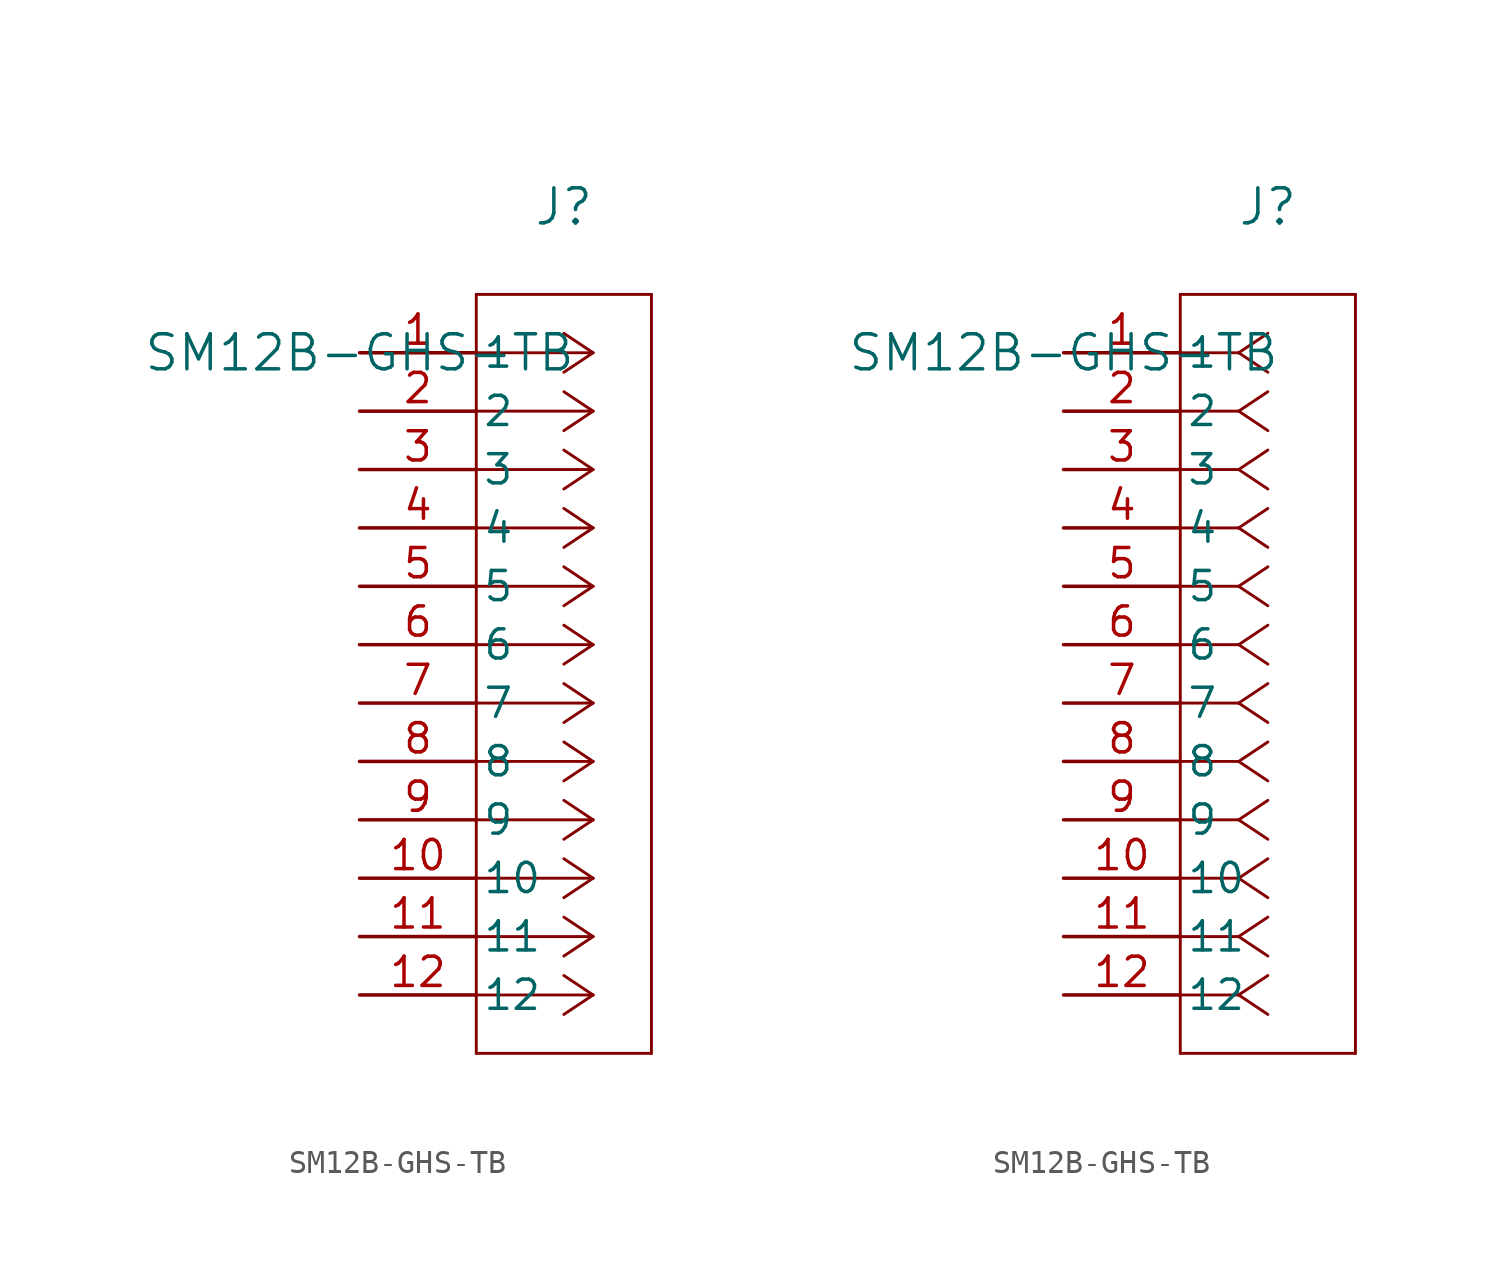
<source format=kicad_sym>
(kicad_symbol_lib
  (version 20211014)
  (generator kicad_symbol_editor)
  (symbol "SM12B-GHS-TB"
    (pin_names
      (offset 0.254))
    (property "Reference" "J"
      (at 8.89 6.35 0)
      (effects (font (size 1.524 1.524))))
    (property "Value" "SM12B-GHS-TB"
      (at 0 0 0)
      (effects (font (size 1.524 1.524))))
    (symbol "SM12B-GHS-TB_1_1"
      (polyline (pts (xy 10.16 0) (xy 5.08 0)) (stroke (width 0.127) (type default) (color 0 0 0 0)) (fill (type none)))
      (polyline (pts (xy 10.16 -2.54) (xy 5.08 -2.54)) (stroke (width 0.127) (type default) (color 0 0 0 0)) (fill (type none)))
      (polyline (pts (xy 10.16 -5.08) (xy 5.08 -5.08)) (stroke (width 0.127) (type default) (color 0 0 0 0)) (fill (type none)))
      (polyline (pts (xy 10.16 -7.62) (xy 5.08 -7.62)) (stroke (width 0.127) (type default) (color 0 0 0 0)) (fill (type none)))
      (polyline (pts (xy 10.16 -10.16) (xy 5.08 -10.16)) (stroke (width 0.127) (type default) (color 0 0 0 0)) (fill (type none)))
      (polyline (pts (xy 10.16 -12.7) (xy 5.08 -12.7)) (stroke (width 0.127) (type default) (color 0 0 0 0)) (fill (type none)))
      (polyline (pts (xy 10.16 -15.24) (xy 5.08 -15.24)) (stroke (width 0.127) (type default) (color 0 0 0 0)) (fill (type none)))
      (polyline (pts (xy 10.16 -17.78) (xy 5.08 -17.78)) (stroke (width 0.127) (type default) (color 0 0 0 0)) (fill (type none)))
      (polyline (pts (xy 10.16 -20.32) (xy 5.08 -20.32)) (stroke (width 0.127) (type default) (color 0 0 0 0)) (fill (type none)))
      (polyline (pts (xy 10.16 -22.86) (xy 5.08 -22.86)) (stroke (width 0.127) (type default) (color 0 0 0 0)) (fill (type none)))
      (polyline (pts (xy 10.16 -25.4) (xy 5.08 -25.4)) (stroke (width 0.127) (type default) (color 0 0 0 0)) (fill (type none)))
      (polyline (pts (xy 10.16 -27.94) (xy 5.08 -27.94)) (stroke (width 0.127) (type default) (color 0 0 0 0)) (fill (type none)))
      (polyline (pts (xy 10.16 0) (xy 8.89 0.847)) (stroke (width 0.127) (type default) (color 0 0 0 0)) (fill (type none)))
      (polyline (pts (xy 10.16 -2.54) (xy 8.89 -1.693)) (stroke (width 0.127) (type default) (color 0 0 0 0)) (fill (type none)))
      (polyline (pts (xy 10.16 -5.08) (xy 8.89 -4.233)) (stroke (width 0.127) (type default) (color 0 0 0 0)) (fill (type none)))
      (polyline (pts (xy 10.16 -7.62) (xy 8.89 -6.773)) (stroke (width 0.127) (type default) (color 0 0 0 0)) (fill (type none)))
      (polyline (pts (xy 10.16 -10.16) (xy 8.89 -9.313)) (stroke (width 0.127) (type default) (color 0 0 0 0)) (fill (type none)))
      (polyline (pts (xy 10.16 -12.7) (xy 8.89 -11.853)) (stroke (width 0.127) (type default) (color 0 0 0 0)) (fill (type none)))
      (polyline (pts (xy 10.16 -15.24) (xy 8.89 -14.393)) (stroke (width 0.127) (type default) (color 0 0 0 0)) (fill (type none)))
      (polyline (pts (xy 10.16 -17.78) (xy 8.89 -16.933)) (stroke (width 0.127) (type default) (color 0 0 0 0)) (fill (type none)))
      (polyline (pts (xy 10.16 -20.32) (xy 8.89 -19.473)) (stroke (width 0.127) (type default) (color 0 0 0 0)) (fill (type none)))
      (polyline (pts (xy 10.16 -22.86) (xy 8.89 -22.013)) (stroke (width 0.127) (type default) (color 0 0 0 0)) (fill (type none)))
      (polyline (pts (xy 10.16 -25.4) (xy 8.89 -24.553)) (stroke (width 0.127) (type default) (color 0 0 0 0)) (fill (type none)))
      (polyline (pts (xy 10.16 -27.94) (xy 8.89 -27.093)) (stroke (width 0.127) (type default) (color 0 0 0 0)) (fill (type none)))
      (polyline (pts (xy 10.16 0) (xy 8.89 -0.847)) (stroke (width 0.127) (type default) (color 0 0 0 0)) (fill (type none)))
      (polyline (pts (xy 10.16 -2.54) (xy 8.89 -3.387)) (stroke (width 0.127) (type default) (color 0 0 0 0)) (fill (type none)))
      (polyline (pts (xy 10.16 -5.08) (xy 8.89 -5.927)) (stroke (width 0.127) (type default) (color 0 0 0 0)) (fill (type none)))
      (polyline (pts (xy 10.16 -7.62) (xy 8.89 -8.467)) (stroke (width 0.127) (type default) (color 0 0 0 0)) (fill (type none)))
      (polyline (pts (xy 10.16 -10.16) (xy 8.89 -11.007)) (stroke (width 0.127) (type default) (color 0 0 0 0)) (fill (type none)))
      (polyline (pts (xy 10.16 -12.7) (xy 8.89 -13.547)) (stroke (width 0.127) (type default) (color 0 0 0 0)) (fill (type none)))
      (polyline (pts (xy 10.16 -15.24) (xy 8.89 -16.087)) (stroke (width 0.127) (type default) (color 0 0 0 0)) (fill (type none)))
      (polyline (pts (xy 10.16 -17.78) (xy 8.89 -18.627)) (stroke (width 0.127) (type default) (color 0 0 0 0)) (fill (type none)))
      (polyline (pts (xy 10.16 -20.32) (xy 8.89 -21.167)) (stroke (width 0.127) (type default) (color 0 0 0 0)) (fill (type none)))
      (polyline (pts (xy 10.16 -22.86) (xy 8.89 -23.707)) (stroke (width 0.127) (type default) (color 0 0 0 0)) (fill (type none)))
      (polyline (pts (xy 10.16 -25.4) (xy 8.89 -26.247)) (stroke (width 0.127) (type default) (color 0 0 0 0)) (fill (type none)))
      (polyline (pts (xy 10.16 -27.94) (xy 8.89 -28.787)) (stroke (width 0.127) (type default) (color 0 0 0 0)) (fill (type none)))
      (polyline (pts (xy 5.08 2.54) (xy 5.08 -30.48)) (stroke (width 0.127) (type default) (color 0 0 0 0)) (fill (type none)))
      (polyline (pts (xy 5.08 -30.48) (xy 12.7 -30.48)) (stroke (width 0.127) (type default) (color 0 0 0 0)) (fill (type none)))
      (polyline (pts (xy 12.7 -30.48) (xy 12.7 2.54)) (stroke (width 0.127) (type default) (color 0 0 0 0)) (fill (type none)))
      (polyline (pts (xy 12.7 2.54) (xy 5.08 2.54)) (stroke (width 0.127) (type default) (color 0 0 0 0)) (fill (type none)))
      (pin unspecified line (at 0 0 0) (length 5.08) (name "1" (effects (font (size 1.27 1.27)))) (number "1" (effects (font (size 1.27 1.27)))))
      (pin unspecified line (at 0 -2.54 0) (length 5.08) (name "2" (effects (font (size 1.27 1.27)))) (number "2" (effects (font (size 1.27 1.27)))))
      (pin unspecified line (at 0 -5.08 0) (length 5.08) (name "3" (effects (font (size 1.27 1.27)))) (number "3" (effects (font (size 1.27 1.27)))))
      (pin unspecified line (at 0 -7.62 0) (length 5.08) (name "4" (effects (font (size 1.27 1.27)))) (number "4" (effects (font (size 1.27 1.27)))))
      (pin unspecified line (at 0 -10.16 0) (length 5.08) (name "5" (effects (font (size 1.27 1.27)))) (number "5" (effects (font (size 1.27 1.27)))))
      (pin unspecified line (at 0 -12.7 0) (length 5.08) (name "6" (effects (font (size 1.27 1.27)))) (number "6" (effects (font (size 1.27 1.27)))))
      (pin unspecified line (at 0 -15.24 0) (length 5.08) (name "7" (effects (font (size 1.27 1.27)))) (number "7" (effects (font (size 1.27 1.27)))))
      (pin unspecified line (at 0 -17.78 0) (length 5.08) (name "8" (effects (font (size 1.27 1.27)))) (number "8" (effects (font (size 1.27 1.27)))))
      (pin unspecified line (at 0 -20.32 0) (length 5.08) (name "9" (effects (font (size 1.27 1.27)))) (number "9" (effects (font (size 1.27 1.27)))))
      (pin unspecified line (at 0 -22.86 0) (length 5.08) (name "10" (effects (font (size 1.27 1.27)))) (number "10" (effects (font (size 1.27 1.27)))))
      (pin unspecified line (at 0 -25.4 0) (length 5.08) (name "11" (effects (font (size 1.27 1.27)))) (number "11" (effects (font (size 1.27 1.27)))))
      (pin unspecified line (at 0 -27.94 0) (length 5.08) (name "12" (effects (font (size 1.27 1.27)))) (number "12" (effects (font (size 1.27 1.27))))))
    (symbol "SM12B-GHS-TB_1_2"
      (polyline (pts (xy 7.62 0) (xy 5.08 0)) (stroke (width 0.127) (type default) (color 0 0 0 0)) (fill (type none)))
      (polyline (pts (xy 7.62 -2.54) (xy 5.08 -2.54)) (stroke (width 0.127) (type default) (color 0 0 0 0)) (fill (type none)))
      (polyline (pts (xy 7.62 -5.08) (xy 5.08 -5.08)) (stroke (width 0.127) (type default) (color 0 0 0 0)) (fill (type none)))
      (polyline (pts (xy 7.62 -7.62) (xy 5.08 -7.62)) (stroke (width 0.127) (type default) (color 0 0 0 0)) (fill (type none)))
      (polyline (pts (xy 7.62 -10.16) (xy 5.08 -10.16)) (stroke (width 0.127) (type default) (color 0 0 0 0)) (fill (type none)))
      (polyline (pts (xy 7.62 -12.7) (xy 5.08 -12.7)) (stroke (width 0.127) (type default) (color 0 0 0 0)) (fill (type none)))
      (polyline (pts (xy 7.62 -15.24) (xy 5.08 -15.24)) (stroke (width 0.127) (type default) (color 0 0 0 0)) (fill (type none)))
      (polyline (pts (xy 7.62 -17.78) (xy 5.08 -17.78)) (stroke (width 0.127) (type default) (color 0 0 0 0)) (fill (type none)))
      (polyline (pts (xy 7.62 -20.32) (xy 5.08 -20.32)) (stroke (width 0.127) (type default) (color 0 0 0 0)) (fill (type none)))
      (polyline (pts (xy 7.62 -22.86) (xy 5.08 -22.86)) (stroke (width 0.127) (type default) (color 0 0 0 0)) (fill (type none)))
      (polyline (pts (xy 7.62 -25.4) (xy 5.08 -25.4)) (stroke (width 0.127) (type default) (color 0 0 0 0)) (fill (type none)))
      (polyline (pts (xy 7.62 -27.94) (xy 5.08 -27.94)) (stroke (width 0.127) (type default) (color 0 0 0 0)) (fill (type none)))
      (polyline (pts (xy 7.62 0) (xy 8.89 0.847)) (stroke (width 0.127) (type default) (color 0 0 0 0)) (fill (type none)))
      (polyline (pts (xy 7.62 -2.54) (xy 8.89 -1.693)) (stroke (width 0.127) (type default) (color 0 0 0 0)) (fill (type none)))
      (polyline (pts (xy 7.62 -5.08) (xy 8.89 -4.233)) (stroke (width 0.127) (type default) (color 0 0 0 0)) (fill (type none)))
      (polyline (pts (xy 7.62 -7.62) (xy 8.89 -6.773)) (stroke (width 0.127) (type default) (color 0 0 0 0)) (fill (type none)))
      (polyline (pts (xy 7.62 -10.16) (xy 8.89 -9.313)) (stroke (width 0.127) (type default) (color 0 0 0 0)) (fill (type none)))
      (polyline (pts (xy 7.62 -12.7) (xy 8.89 -11.853)) (stroke (width 0.127) (type default) (color 0 0 0 0)) (fill (type none)))
      (polyline (pts (xy 7.62 -15.24) (xy 8.89 -14.393)) (stroke (width 0.127) (type default) (color 0 0 0 0)) (fill (type none)))
      (polyline (pts (xy 7.62 -17.78) (xy 8.89 -16.933)) (stroke (width 0.127) (type default) (color 0 0 0 0)) (fill (type none)))
      (polyline (pts (xy 7.62 -20.32) (xy 8.89 -19.473)) (stroke (width 0.127) (type default) (color 0 0 0 0)) (fill (type none)))
      (polyline (pts (xy 7.62 -22.86) (xy 8.89 -22.013)) (stroke (width 0.127) (type default) (color 0 0 0 0)) (fill (type none)))
      (polyline (pts (xy 7.62 -25.4) (xy 8.89 -24.553)) (stroke (width 0.127) (type default) (color 0 0 0 0)) (fill (type none)))
      (polyline (pts (xy 7.62 -27.94) (xy 8.89 -27.093)) (stroke (width 0.127) (type default) (color 0 0 0 0)) (fill (type none)))
      (polyline (pts (xy 7.62 0) (xy 8.89 -0.847)) (stroke (width 0.127) (type default) (color 0 0 0 0)) (fill (type none)))
      (polyline (pts (xy 7.62 -2.54) (xy 8.89 -3.387)) (stroke (width 0.127) (type default) (color 0 0 0 0)) (fill (type none)))
      (polyline (pts (xy 7.62 -5.08) (xy 8.89 -5.927)) (stroke (width 0.127) (type default) (color 0 0 0 0)) (fill (type none)))
      (polyline (pts (xy 7.62 -7.62) (xy 8.89 -8.467)) (stroke (width 0.127) (type default) (color 0 0 0 0)) (fill (type none)))
      (polyline (pts (xy 7.62 -10.16) (xy 8.89 -11.007)) (stroke (width 0.127) (type default) (color 0 0 0 0)) (fill (type none)))
      (polyline (pts (xy 7.62 -12.7) (xy 8.89 -13.547)) (stroke (width 0.127) (type default) (color 0 0 0 0)) (fill (type none)))
      (polyline (pts (xy 7.62 -15.24) (xy 8.89 -16.087)) (stroke (width 0.127) (type default) (color 0 0 0 0)) (fill (type none)))
      (polyline (pts (xy 7.62 -17.78) (xy 8.89 -18.627)) (stroke (width 0.127) (type default) (color 0 0 0 0)) (fill (type none)))
      (polyline (pts (xy 7.62 -20.32) (xy 8.89 -21.167)) (stroke (width 0.127) (type default) (color 0 0 0 0)) (fill (type none)))
      (polyline (pts (xy 7.62 -22.86) (xy 8.89 -23.707)) (stroke (width 0.127) (type default) (color 0 0 0 0)) (fill (type none)))
      (polyline (pts (xy 7.62 -25.4) (xy 8.89 -26.247)) (stroke (width 0.127) (type default) (color 0 0 0 0)) (fill (type none)))
      (polyline (pts (xy 7.62 -27.94) (xy 8.89 -28.787)) (stroke (width 0.127) (type default) (color 0 0 0 0)) (fill (type none)))
      (polyline (pts (xy 5.08 2.54) (xy 5.08 -30.48)) (stroke (width 0.127) (type default) (color 0 0 0 0)) (fill (type none)))
      (polyline (pts (xy 5.08 -30.48) (xy 12.7 -30.48)) (stroke (width 0.127) (type default) (color 0 0 0 0)) (fill (type none)))
      (polyline (pts (xy 12.7 -30.48) (xy 12.7 2.54)) (stroke (width 0.127) (type default) (color 0 0 0 0)) (fill (type none)))
      (polyline (pts (xy 12.7 2.54) (xy 5.08 2.54)) (stroke (width 0.127) (type default) (color 0 0 0 0)) (fill (type none)))
      (pin unspecified line (at 0 0 0) (length 5.08) (name "1" (effects (font (size 1.27 1.27)))) (number "1" (effects (font (size 1.27 1.27)))))
      (pin unspecified line (at 0 -2.54 0) (length 5.08) (name "2" (effects (font (size 1.27 1.27)))) (number "2" (effects (font (size 1.27 1.27)))))
      (pin unspecified line (at 0 -5.08 0) (length 5.08) (name "3" (effects (font (size 1.27 1.27)))) (number "3" (effects (font (size 1.27 1.27)))))
      (pin unspecified line (at 0 -7.62 0) (length 5.08) (name "4" (effects (font (size 1.27 1.27)))) (number "4" (effects (font (size 1.27 1.27)))))
      (pin unspecified line (at 0 -10.16 0) (length 5.08) (name "5" (effects (font (size 1.27 1.27)))) (number "5" (effects (font (size 1.27 1.27)))))
      (pin unspecified line (at 0 -12.7 0) (length 5.08) (name "6" (effects (font (size 1.27 1.27)))) (number "6" (effects (font (size 1.27 1.27)))))
      (pin unspecified line (at 0 -15.24 0) (length 5.08) (name "7" (effects (font (size 1.27 1.27)))) (number "7" (effects (font (size 1.27 1.27)))))
      (pin unspecified line (at 0 -17.78 0) (length 5.08) (name "8" (effects (font (size 1.27 1.27)))) (number "8" (effects (font (size 1.27 1.27)))))
      (pin unspecified line (at 0 -20.32 0) (length 5.08) (name "9" (effects (font (size 1.27 1.27)))) (number "9" (effects (font (size 1.27 1.27)))))
      (pin unspecified line (at 0 -22.86 0) (length 5.08) (name "10" (effects (font (size 1.27 1.27)))) (number "10" (effects (font (size 1.27 1.27)))))
      (pin unspecified line (at 0 -25.4 0) (length 5.08) (name "11" (effects (font (size 1.27 1.27)))) (number "11" (effects (font (size 1.27 1.27)))))
      (pin unspecified line (at 0 -27.94 0) (length 5.08) (name "12" (effects (font (size 1.27 1.27)))) (number "12" (effects (font (size 1.27 1.27))))))))
</source>
